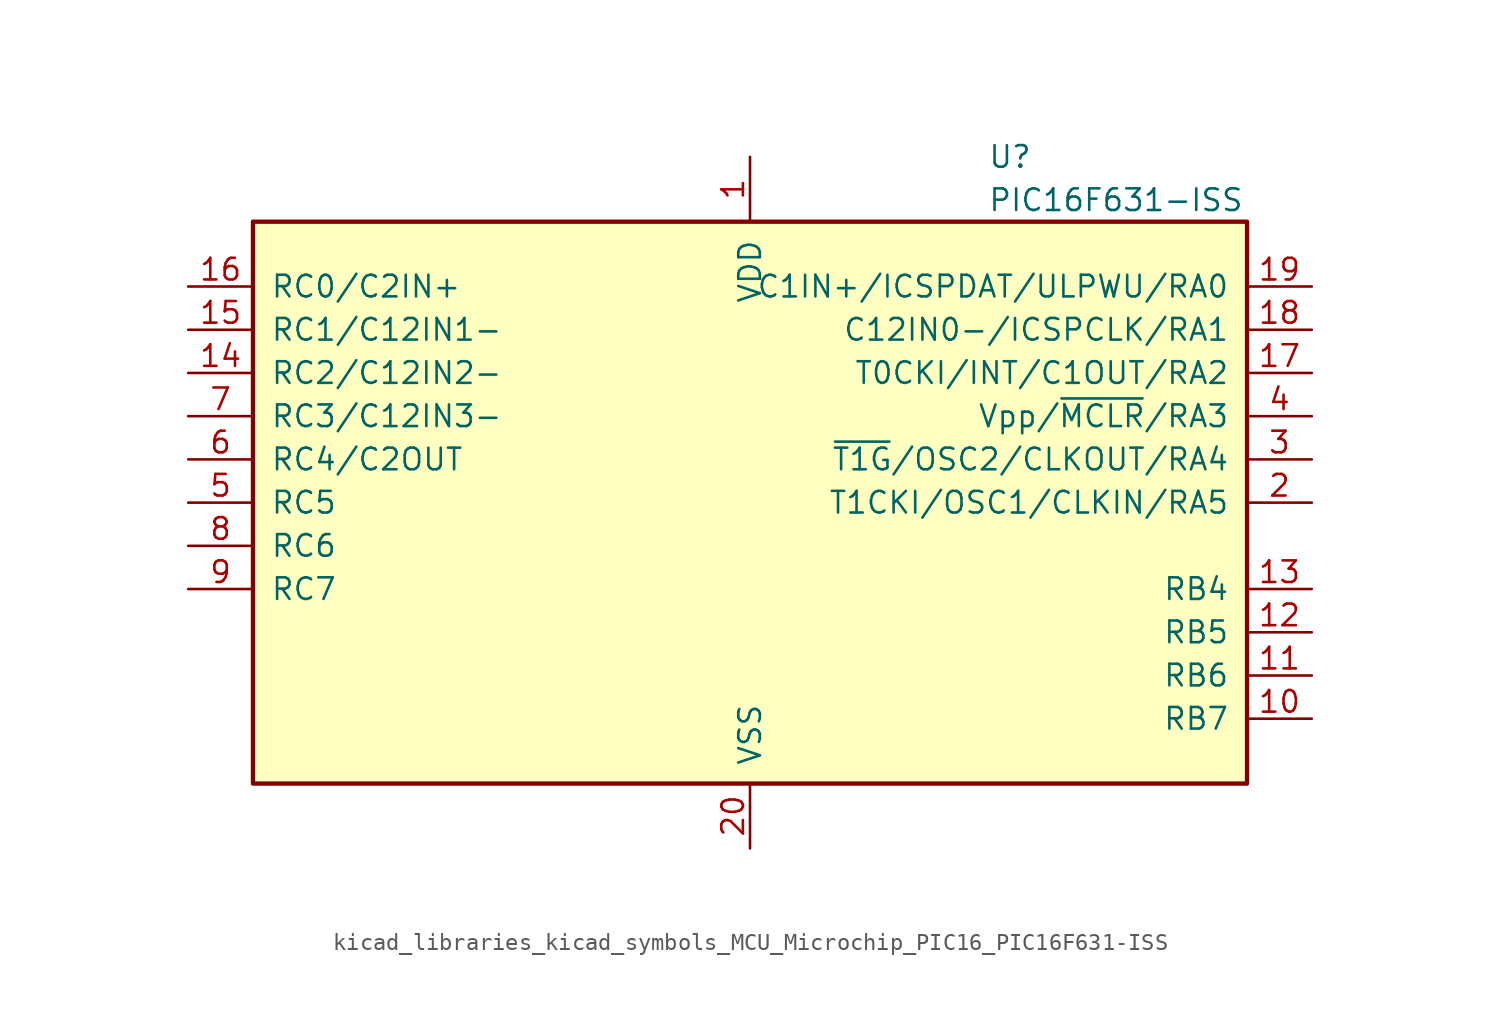
<source format=kicad_sym>
(kicad_symbol_lib
  (version 20220914)
  (generator kicad_symbol_editor)
  (symbol "kicad_libraries_kicad_symbols_MCU_Microchip_PIC16_PIC16F631-ISS"
    (pin_names
      (offset 1.016))
    (property "Reference" "U"
      (at 13.97 20.32 0)
      (effects (font (size 1.27 1.27)) (justify left)))
    (property "Value" "PIC16F631-ISS"
      (at 13.97 17.78 0)
      (effects (font (size 1.27 1.27)) (justify left)))
    (symbol "kicad_libraries_kicad_symbols_MCU_Microchip_PIC16_PIC16F631-ISS_0_1"
      (rectangle (start -29.21 16.51) (end 29.21 -16.51) (stroke (width 0.254) (type default)) (fill (type background))))
    (symbol "kicad_libraries_kicad_symbols_MCU_Microchip_PIC16_PIC16F631-ISS_1_1"
      (pin power_in line (at 0 20.32 270) (length 3.81) (name "VDD" (effects (font (size 1.27 1.27)))) (number "1" (effects (font (size 1.27 1.27)))))
      (pin bidirectional line (at 33.02 -12.7 180) (length 3.81) (name "RB7" (effects (font (size 1.27 1.27)))) (number "10" (effects (font (size 1.27 1.27)))))
      (pin bidirectional line (at 33.02 -10.16 180) (length 3.81) (name "RB6" (effects (font (size 1.27 1.27)))) (number "11" (effects (font (size 1.27 1.27)))))
      (pin bidirectional line (at 33.02 -7.62 180) (length 3.81) (name "RB5" (effects (font (size 1.27 1.27)))) (number "12" (effects (font (size 1.27 1.27)))))
      (pin bidirectional line (at 33.02 -5.08 180) (length 3.81) (name "RB4" (effects (font (size 1.27 1.27)))) (number "13" (effects (font (size 1.27 1.27)))))
      (pin bidirectional line (at -33.02 7.62 0) (length 3.81) (name "RC2/C12IN2-" (effects (font (size 1.27 1.27)))) (number "14" (effects (font (size 1.27 1.27)))))
      (pin bidirectional line (at -33.02 10.16 0) (length 3.81) (name "RC1/C12IN1-" (effects (font (size 1.27 1.27)))) (number "15" (effects (font (size 1.27 1.27)))))
      (pin bidirectional line (at -33.02 12.7 0) (length 3.81) (name "RC0/C2IN+" (effects (font (size 1.27 1.27)))) (number "16" (effects (font (size 1.27 1.27)))))
      (pin bidirectional line (at 33.02 7.62 180) (length 3.81) (name "T0CKI/INT/C1OUT/RA2" (effects (font (size 1.27 1.27)))) (number "17" (effects (font (size 1.27 1.27)))))
      (pin bidirectional line (at 33.02 10.16 180) (length 3.81) (name "C12IN0-/ICSPCLK/RA1" (effects (font (size 1.27 1.27)))) (number "18" (effects (font (size 1.27 1.27)))))
      (pin bidirectional line (at 33.02 12.7 180) (length 3.81) (name "C1IN+/ICSPDAT/ULPWU/RA0" (effects (font (size 1.27 1.27)))) (number "19" (effects (font (size 1.27 1.27)))))
      (pin bidirectional line (at 33.02 0 180) (length 3.81) (name "T1CKI/OSC1/CLKIN/RA5" (effects (font (size 1.27 1.27)))) (number "2" (effects (font (size 1.27 1.27)))))
      (pin power_in line (at 0 -20.32 90) (length 3.81) (name "VSS" (effects (font (size 1.27 1.27)))) (number "20" (effects (font (size 1.27 1.27)))))
      (pin bidirectional line (at 33.02 2.54 180) (length 3.81) (name "~{T1G}/OSC2/CLKOUT/RA4" (effects (font (size 1.27 1.27)))) (number "3" (effects (font (size 1.27 1.27)))))
      (pin input line (at 33.02 5.08 180) (length 3.81) (name "Vpp/~{MCLR}/RA3" (effects (font (size 1.27 1.27)))) (number "4" (effects (font (size 1.27 1.27)))))
      (pin bidirectional line (at -33.02 0 0) (length 3.81) (name "RC5" (effects (font (size 1.27 1.27)))) (number "5" (effects (font (size 1.27 1.27)))))
      (pin bidirectional line (at -33.02 2.54 0) (length 3.81) (name "RC4/C2OUT" (effects (font (size 1.27 1.27)))) (number "6" (effects (font (size 1.27 1.27)))))
      (pin bidirectional line (at -33.02 5.08 0) (length 3.81) (name "RC3/C12IN3-" (effects (font (size 1.27 1.27)))) (number "7" (effects (font (size 1.27 1.27)))))
      (pin bidirectional line (at -33.02 -2.54 0) (length 3.81) (name "RC6" (effects (font (size 1.27 1.27)))) (number "8" (effects (font (size 1.27 1.27)))))
      (pin bidirectional line (at -33.02 -5.08 0) (length 3.81) (name "RC7" (effects (font (size 1.27 1.27)))) (number "9" (effects (font (size 1.27 1.27))))))))
</source>
